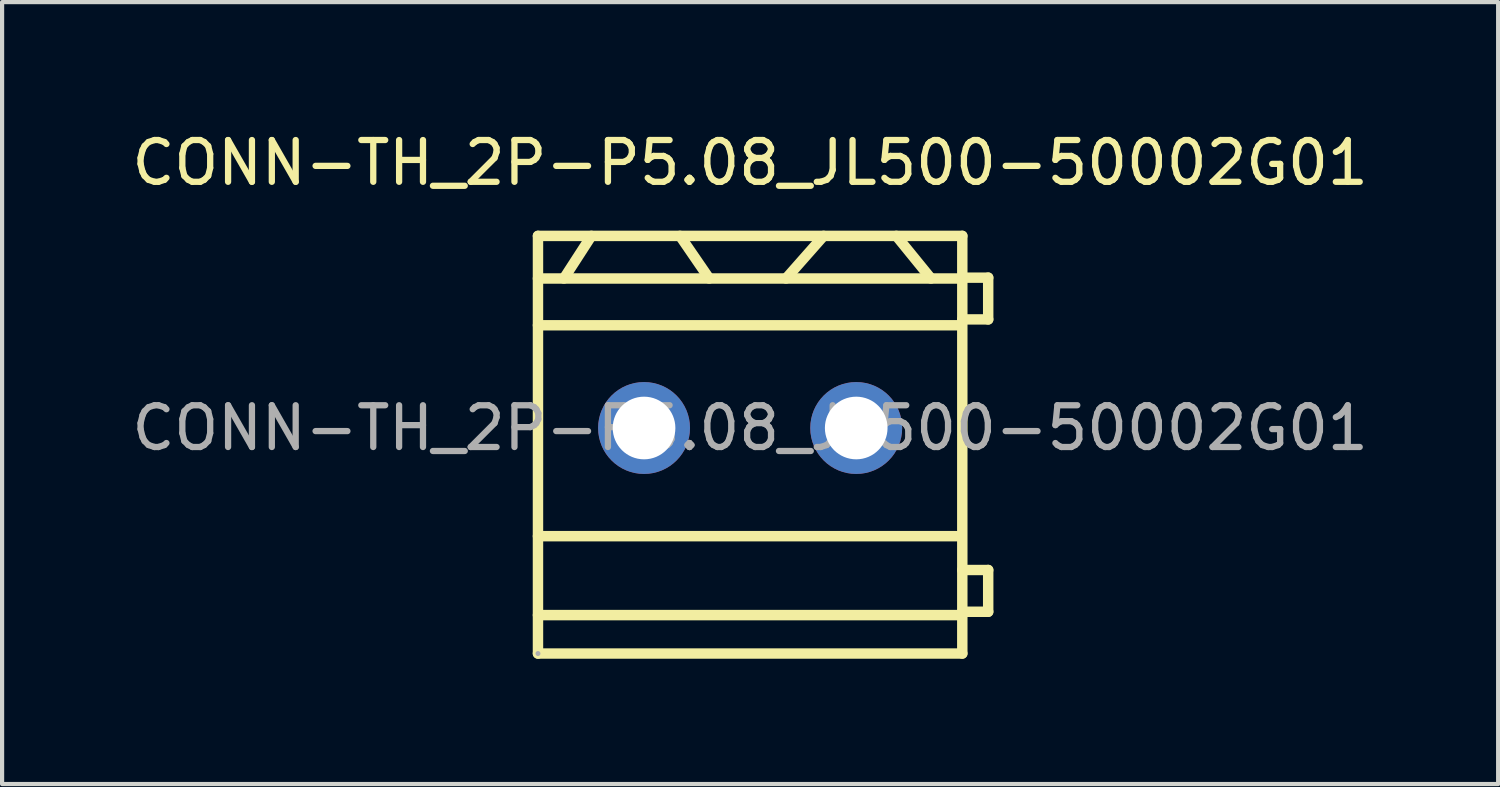
<source format=kicad_pcb>
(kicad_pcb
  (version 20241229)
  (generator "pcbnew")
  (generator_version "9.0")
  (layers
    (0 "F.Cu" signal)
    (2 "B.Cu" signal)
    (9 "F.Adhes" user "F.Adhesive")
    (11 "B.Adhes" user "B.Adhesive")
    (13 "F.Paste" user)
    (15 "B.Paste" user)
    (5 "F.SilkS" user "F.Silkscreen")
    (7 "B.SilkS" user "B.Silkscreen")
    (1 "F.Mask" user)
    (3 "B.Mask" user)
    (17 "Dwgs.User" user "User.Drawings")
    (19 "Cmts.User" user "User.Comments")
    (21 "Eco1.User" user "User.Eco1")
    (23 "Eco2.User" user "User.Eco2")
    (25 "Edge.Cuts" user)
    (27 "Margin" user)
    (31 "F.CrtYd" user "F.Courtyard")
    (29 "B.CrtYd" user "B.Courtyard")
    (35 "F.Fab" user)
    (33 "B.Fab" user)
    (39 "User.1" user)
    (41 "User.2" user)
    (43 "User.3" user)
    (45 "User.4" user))
  (footprint "CONN-TH_2P-P5.08_JL500-50002G01"
    (layer "F.Cu")
    (at 14.911 7.198)
    (property "Reference" "CONN-TH_2P-P5.08_JL500-50002G01" (at 0 -6.35 0) (layer "F.SilkS") (effects (font (size 1 1) (thickness 0.15))))
    (attr through_hole)
    (fp_line (start -5.08 -4.6) (end -5.08 5.4) (stroke (width 0.25) (type solid)) (layer "F.SilkS"))
    (fp_line (start -5.08 -4.6) (end 5.08 -4.6) (stroke (width 0.25) (type solid)) (layer "F.SilkS"))
    (fp_line (start -5.08 -3.58) (end 5.08 -3.58) (stroke (width 0.25) (type solid)) (layer "F.SilkS"))
    (fp_line (start -5.08 -2.46) (end 4.95 -2.46) (stroke (width 0.25) (type solid)) (layer "F.SilkS"))
    (fp_line (start -5.08 2.59) (end 4.95 2.59) (stroke (width 0.25) (type solid)) (layer "F.SilkS"))
    (fp_line (start -5.08 4.48) (end 5.08 4.48) (stroke (width 0.25) (type solid)) (layer "F.SilkS"))
    (fp_line (start -5.08 5.4) (end 5.08 5.4) (stroke (width 0.25) (type solid)) (layer "F.SilkS"))
    (fp_line (start -4.46 -3.58) (end -3.8 -4.6) (stroke (width 0.25) (type solid)) (layer "F.SilkS"))
    (fp_line (start -1.68 -4.6) (end -0.98 -3.58) (stroke (width 0.25) (type solid)) (layer "F.SilkS"))
    (fp_line (start 0.86 -3.58) (end 1.76 -4.6) (stroke (width 0.25) (type solid)) (layer "F.SilkS"))
    (fp_line (start 3.5 -4.6) (end 4.33 -3.58) (stroke (width 0.25) (type solid)) (layer "F.SilkS"))
    (fp_line (start 5.08 -4.6) (end 5.08 5.4) (stroke (width 0.25) (type solid)) (layer "F.SilkS"))
    (fp_line (start 5.08 -2.6) (end 5.7 -2.6) (stroke (width 0.25) (type solid)) (layer "F.SilkS"))
    (fp_line (start 5.08 4.4) (end 5.7 4.4) (stroke (width 0.25) (type solid)) (layer "F.SilkS"))
    (fp_line (start 5.7 -3.6) (end 5.08 -3.6) (stroke (width 0.25) (type solid)) (layer "F.SilkS"))
    (fp_line (start 5.7 -2.6) (end 5.7 -3.6) (stroke (width 0.25) (type solid)) (layer "F.SilkS"))
    (fp_line (start 5.7 3.4) (end 5.08 3.4) (stroke (width 0.25) (type solid)) (layer "F.SilkS"))
    (fp_line (start 5.7 4.4) (end 5.7 3.4) (stroke (width 0.25) (type solid)) (layer "F.SilkS"))
    (fp_circle (center -5.08 5.4) (end -5.05 5.4) (stroke (width 0.06) (type solid)) (fill no) (layer "F.Fab"))
    (fp_text user "${REFERENCE}" (at 0 0 0) (layer "F.Fab") (effects (font (size 1 1) (thickness 0.15))))
    (pad "1" thru_hole circle (at -2.54 0) (size 2.2 2.2) (drill 1.5) (layers "*.Cu" "*.Mask"))
    (pad "2" thru_hole circle (at 2.54 0) (size 2.2 2.2) (drill 1.5) (layers "*.Cu" "*.Mask")))
  (gr_rect
    (start -3 -3)
    (end 32.821 15.723)
    (stroke (width 0.1) (type default))
    (fill no)
    (layer "Edge.Cuts")))
</source>
